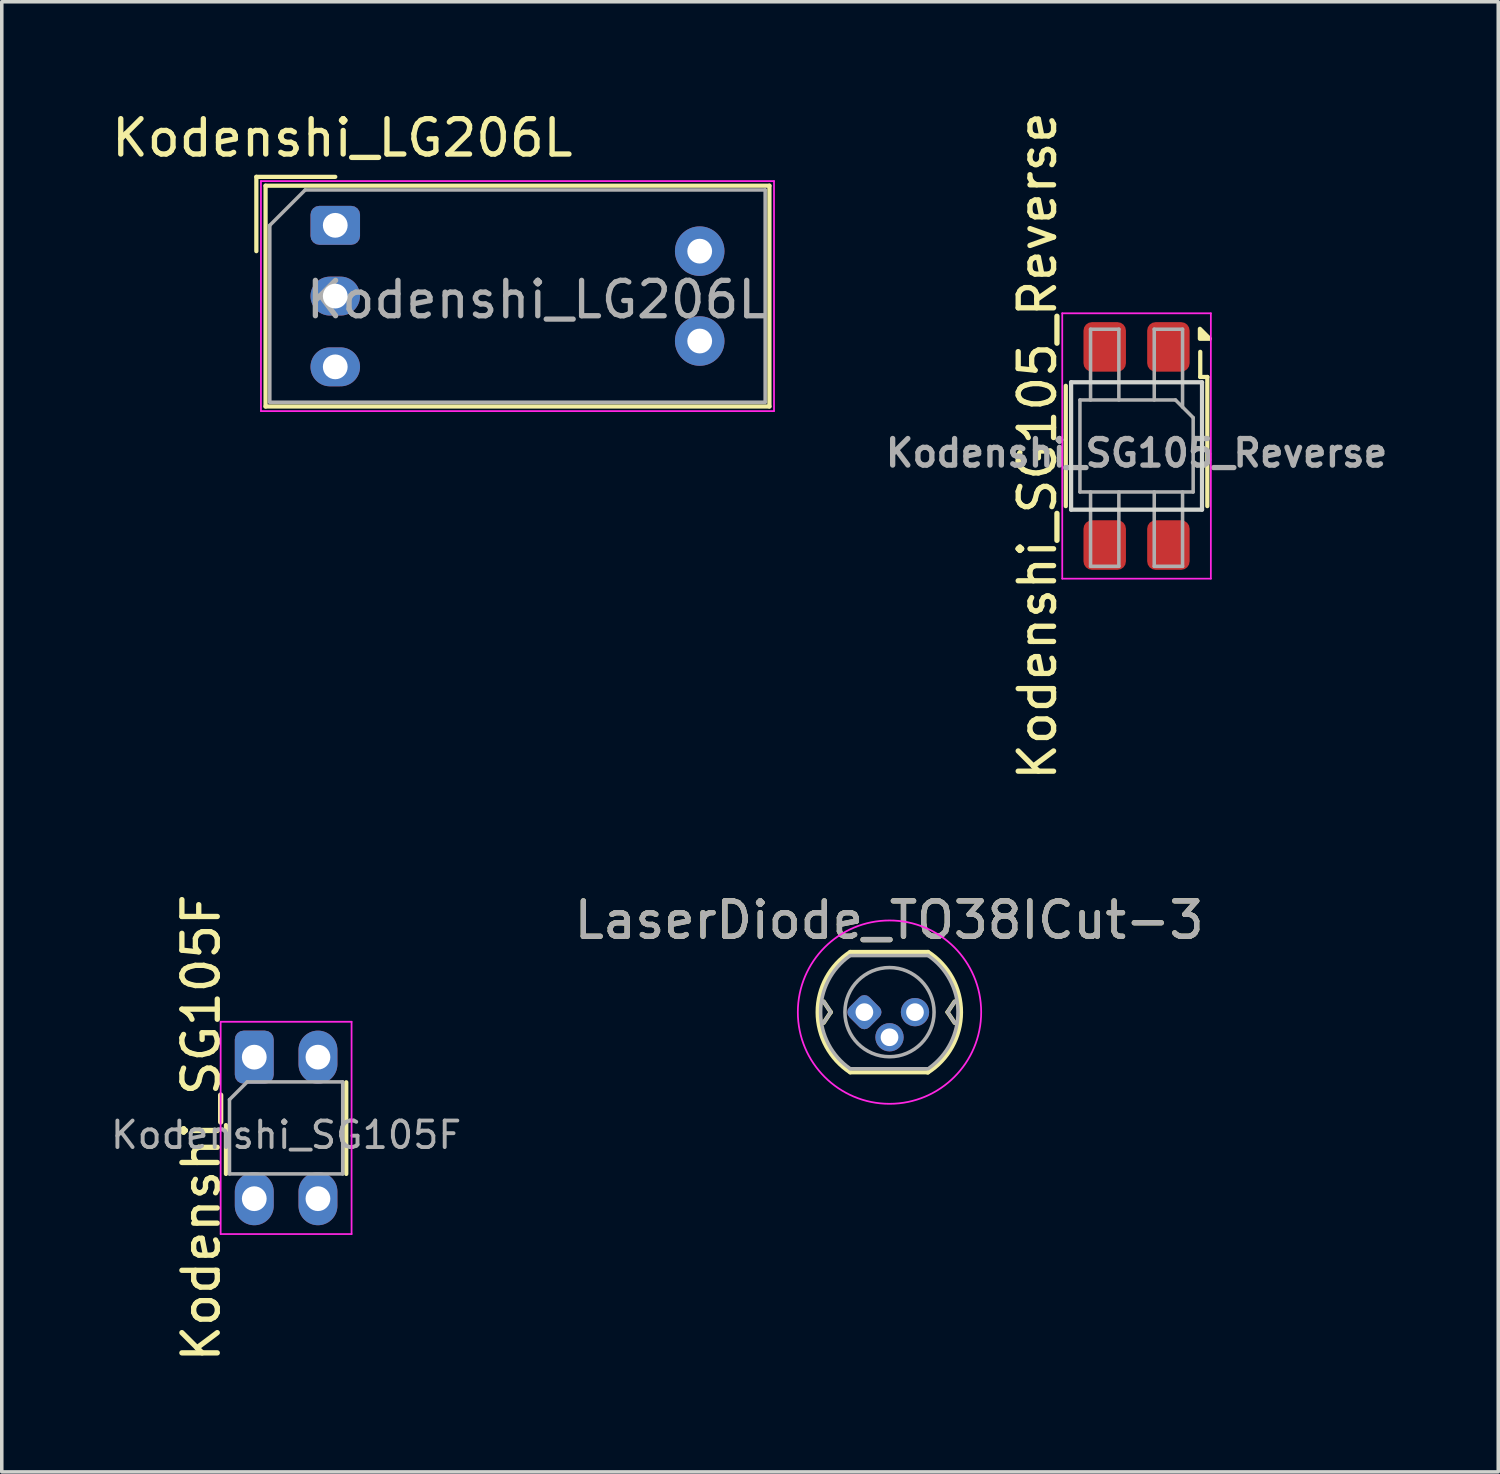
<source format=kicad_pcb>
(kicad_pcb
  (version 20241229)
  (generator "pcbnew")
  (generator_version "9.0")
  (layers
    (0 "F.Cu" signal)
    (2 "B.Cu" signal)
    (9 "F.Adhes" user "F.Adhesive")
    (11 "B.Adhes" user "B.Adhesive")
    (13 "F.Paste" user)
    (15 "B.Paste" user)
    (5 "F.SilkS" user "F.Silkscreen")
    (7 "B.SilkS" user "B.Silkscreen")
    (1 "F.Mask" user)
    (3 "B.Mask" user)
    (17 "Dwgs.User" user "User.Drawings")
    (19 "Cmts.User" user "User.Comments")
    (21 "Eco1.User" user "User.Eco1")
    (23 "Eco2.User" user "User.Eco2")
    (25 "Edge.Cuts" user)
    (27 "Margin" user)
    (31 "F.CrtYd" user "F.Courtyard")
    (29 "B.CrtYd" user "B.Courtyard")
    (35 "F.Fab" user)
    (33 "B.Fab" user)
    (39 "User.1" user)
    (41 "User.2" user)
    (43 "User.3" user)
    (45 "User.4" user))
  (footprint "Kodenshi_SG105F"
    (layer "F.Cu")
    (at 4.136 26.827)
    (property "Reference" "Kodenshi_SG105F" (at -1.5 2 90) (layer "F.SilkS") (effects (font (size 1 1) (thickness 0.15))))
    (attr through_hole)
    (fp_line (start -0.8 1.92) (end -0.8 3.3) (stroke (width 0.12) (type solid)) (layer "F.SilkS"))
    (fp_line (start 2.6 3.3) (end 2.6 0.71) (stroke (width 0.12) (type solid)) (layer "F.SilkS"))
    (fp_line (start -0.95 -1) (end -0.95 5) (stroke (width 0.05) (type solid)) (layer "F.CrtYd"))
    (fp_line (start -0.95 -1) (end 2.75 -1) (stroke (width 0.05) (type solid)) (layer "F.CrtYd"))
    (fp_line (start 2.75 5) (end -0.95 5) (stroke (width 0.05) (type solid)) (layer "F.CrtYd"))
    (fp_line (start 2.75 5) (end 2.75 -1) (stroke (width 0.05) (type solid)) (layer "F.CrtYd"))
    (fp_line (start -0.7 1.2) (end -0.2 0.7) (stroke (width 0.1) (type solid)) (layer "F.Fab"))
    (fp_line (start -0.7 3.3) (end -0.7 1.2) (stroke (width 0.1) (type solid)) (layer "F.Fab"))
    (fp_line (start -0.2 0.7) (end 2.5 0.7) (stroke (width 0.1) (type solid)) (layer "F.Fab"))
    (fp_line (start 2.5 0.7) (end 2.5 3.3) (stroke (width 0.1) (type solid)) (layer "F.Fab"))
    (fp_line (start 2.5 3.3) (end -0.7 3.3) (stroke (width 0.1) (type solid)) (layer "F.Fab"))
    (fp_text user "${REFERENCE}" (at 0.9 2.2 0) (layer "F.Fab") (effects (font (size 0.75 0.75) (thickness 0.11))))
    (pad "1" thru_hole roundrect (at 0 0) (size 1.1 1.5) (drill 0.7) (layers "*.Cu" "*.Mask") (roundrect_rratio 0.227))
    (pad "2" thru_hole oval (at 0 4) (size 1.1 1.5) (drill 0.7) (layers "*.Cu" "*.Mask"))
    (pad "3" thru_hole oval (at 1.8 4) (size 1.1 1.5) (drill 0.7) (layers "*.Cu" "*.Mask"))
    (pad "4" thru_hole oval (at 1.8 0) (size 1.1 1.5) (drill 0.7) (layers "*.Cu" "*.Mask")))
  (footprint "Kodenshi_SG105_Reverse"
    (layer "F.Cu")
    (at 29.071 9.554)
    (property "Reference" "Kodenshi_SG105_Reverse" (at -2.8 0 90) (layer "F.SilkS") (effects (font (size 1 1) (thickness 0.15))))
    (attr smd)
    (fp_line (start -2 1.7) (end -2 -1.7) (stroke (width 0.12) (type solid)) (layer "F.SilkS"))
    (fp_line (start 1.8 -1.95) (end 1.8 -2.66) (stroke (width 0.12) (type solid)) (layer "F.SilkS"))
    (fp_line (start 1.8 -1.95) (end 2 -1.95) (stroke (width 0.12) (type solid)) (layer "F.SilkS"))
    (fp_line (start 2 1.7) (end 2 -1.95) (stroke (width 0.12) (type solid)) (layer "F.SilkS"))
    (fp_poly (pts (xy 1.79 -3.03) (xy 1.79 -3.31) (xy 2.07 -3.03) (xy 1.79 -3.03)) (stroke (width 0.12) (type solid)) (fill yes) (layer "F.SilkS"))
    (fp_line (start -1.85 -1.8) (end 1.85 -1.8) (stroke (width 0.12) (type solid)) (layer "Edge.Cuts"))
    (fp_line (start -1.85 1.8) (end -1.85 -1.8) (stroke (width 0.12) (type solid)) (layer "Edge.Cuts"))
    (fp_line (start 1.85 -1.8) (end 1.85 1.8) (stroke (width 0.12) (type solid)) (layer "Edge.Cuts"))
    (fp_line (start 1.85 1.8) (end -1.85 1.8) (stroke (width 0.12) (type solid)) (layer "Edge.Cuts"))
    (fp_line (start -2.1 -3.75) (end -2.1 3.75) (stroke (width 0.05) (type solid)) (layer "F.CrtYd"))
    (fp_line (start -2.1 -3.75) (end 2.1 -3.75) (stroke (width 0.05) (type solid)) (layer "F.CrtYd"))
    (fp_line (start 2.1 3.75) (end -2.1 3.75) (stroke (width 0.05) (type solid)) (layer "F.CrtYd"))
    (fp_line (start 2.1 3.75) (end 2.1 -3.75) (stroke (width 0.05) (type solid)) (layer "F.CrtYd"))
    (fp_line (start -1.6 -1.3) (end -1.6 1.3) (stroke (width 0.1) (type solid)) (layer "F.Fab"))
    (fp_line (start -1.6 1.3) (end 1.6 1.3) (stroke (width 0.1) (type solid)) (layer "F.Fab"))
    (fp_line (start -1.3 -3.3) (end -1.3 -1.3) (stroke (width 0.1) (type solid)) (layer "F.Fab"))
    (fp_line (start -1.3 -3.3) (end -0.5 -3.3) (stroke (width 0.1) (type solid)) (layer "F.Fab"))
    (fp_line (start -1.3 3.4) (end -1.3 1.3) (stroke (width 0.1) (type solid)) (layer "F.Fab"))
    (fp_line (start -0.5 -3.3) (end -0.5 -1.3) (stroke (width 0.1) (type solid)) (layer "F.Fab"))
    (fp_line (start -0.5 1.3) (end -0.5 3.4) (stroke (width 0.1) (type solid)) (layer "F.Fab"))
    (fp_line (start -0.5 3.4) (end -1.3 3.4) (stroke (width 0.1) (type solid)) (layer "F.Fab"))
    (fp_line (start 0.5 -3.3) (end 1.3 -3.3) (stroke (width 0.1) (type solid)) (layer "F.Fab"))
    (fp_line (start 0.5 -1.3) (end 0.5 -3.3) (stroke (width 0.1) (type solid)) (layer "F.Fab"))
    (fp_line (start 0.5 1.3) (end 0.5 3.4) (stroke (width 0.1) (type solid)) (layer "F.Fab"))
    (fp_line (start 0.5 3.4) (end 1.3 3.4) (stroke (width 0.1) (type solid)) (layer "F.Fab"))
    (fp_line (start 1.1 -1.3) (end -1.6 -1.3) (stroke (width 0.1) (type solid)) (layer "F.Fab"))
    (fp_line (start 1.3 -3.3) (end 1.3 -1.1) (stroke (width 0.1) (type solid)) (layer "F.Fab"))
    (fp_line (start 1.3 3.4) (end 1.3 1.3) (stroke (width 0.1) (type solid)) (layer "F.Fab"))
    (fp_line (start 1.6 -0.8) (end 1.1 -1.3) (stroke (width 0.1) (type solid)) (layer "F.Fab"))
    (fp_line (start 1.6 1.3) (end 1.6 -0.8) (stroke (width 0.1) (type solid)) (layer "F.Fab"))
    (fp_text user "${REFERENCE}" (at 0 0.2 0) (layer "F.Fab") (effects (font (size 0.75 0.75) (thickness 0.15))))
    (pad "1" smd roundrect (at 0.9 -2.8) (size 1.2 1.4) (layers "F.Cu" "F.Mask" "F.Paste") (roundrect_rratio 0.2))
    (pad "2" smd roundrect (at 0.9 2.8) (size 1.2 1.4) (layers "F.Cu" "F.Mask" "F.Paste") (roundrect_rratio 0.2))
    (pad "3" smd roundrect (at -0.9 2.8) (size 1.2 1.4) (layers "F.Cu" "F.Mask" "F.Paste") (roundrect_rratio 0.2))
    (pad "4" smd roundrect (at -0.9 -2.8) (size 1.2 1.4) (layers "F.Cu" "F.Mask" "F.Paste") (roundrect_rratio 0.2)))
  (footprint "LaserDiode_TO38ICut-3"
    (layer "F.Cu")
    (at 21.379 25.555)
    (property "Reference" "LaserDiode_TO38ICut-3" (at 0.7 -2.6 0) (layer "F.SilkS") (effects (font (size 1 1) (thickness 0.15))))
    (attr through_hole)
    (fp_line (start -1.15 -0.3) (end -0.95 0) (stroke (width 0.12) (type solid)) (layer "F.SilkS"))
    (fp_line (start -0.95 0) (end -1.15 0.3) (stroke (width 0.12) (type solid)) (layer "F.SilkS"))
    (fp_line (start -0.4 1.7) (end 1.8 1.7) (stroke (width 0.12) (type solid)) (layer "F.SilkS"))
    (fp_line (start 1.8 -1.7) (end -0.4 -1.7) (stroke (width 0.12) (type solid)) (layer "F.SilkS"))
    (fp_line (start 2.35 0) (end 2.55 0.3) (stroke (width 0.12) (type solid)) (layer "F.SilkS"))
    (fp_line (start 2.55 -0.3) (end 2.35 0) (stroke (width 0.12) (type solid)) (layer "F.SilkS"))
    (fp_arc (start -0.4 1.7) (mid -1.320296 0) (end -0.4 -1.7) (stroke (width 0.12) (type solid)) (layer "F.SilkS"))
    (fp_arc (start 1.8 -1.7) (mid 2.729422 0.005888) (end 1.790069 1.706327) (stroke (width 0.12) (type solid)) (layer "F.SilkS"))
    (fp_circle (center 0.71 0) (end 3.1 1) (stroke (width 0.05) (type solid)) (fill no) (layer "F.CrtYd"))
    (fp_line (start -1.15 -0.3) (end -0.95 0) (stroke (width 0.1) (type solid)) (layer "F.Fab"))
    (fp_line (start -0.95 0) (end -1.15 0.3) (stroke (width 0.1) (type solid)) (layer "F.Fab"))
    (fp_line (start -0.4 1.6) (end 1.8 1.6) (stroke (width 0.1) (type solid)) (layer "F.Fab"))
    (fp_line (start 1.8 -1.6) (end -0.4 -1.6) (stroke (width 0.1) (type solid)) (layer "F.Fab"))
    (fp_line (start 2.35 0) (end 2.55 0.3) (stroke (width 0.1) (type solid)) (layer "F.Fab"))
    (fp_line (start 2.55 -0.3) (end 2.35 0) (stroke (width 0.1) (type solid)) (layer "F.Fab"))
    (fp_arc (start -0.4 1.6) (mid -1.237313 0.008464) (end -0.413866 -1.590291) (stroke (width 0.1) (type solid)) (layer "F.Fab"))
    (fp_arc (start 1.8 -1.6) (mid 2.645842 -0.024847) (end 1.840706 1.571497) (stroke (width 0.1) (type solid)) (layer "F.Fab"))
    (fp_circle (center 0.71 0) (end 1.97 0) (stroke (width 0.1) (type solid)) (fill no) (layer "F.Fab"))
    (fp_text user "${REFERENCE}" (at 0.7 -2.6 0) (layer "F.Fab") (effects (font (size 1 1) (thickness 0.15))))
    (pad "1" thru_hole roundrect (at 0 0 45) (size 0.8 0.8) (drill 0.5) (layers "*.Cu" "*.Mask") (roundrect_rratio 0.25))
    (pad "2" thru_hole circle (at 0.71 0.71) (size 0.8 0.8) (drill 0.5) (layers "*.Cu" "*.Mask"))
    (pad "3" thru_hole circle (at 1.43 0) (size 0.8 0.8) (drill 0.5) (layers "*.Cu" "*.Mask")))
  (footprint "Kodenshi_LG206L"
    (layer "F.Cu")
    (at 6.425 3.318)
    (property "Reference" "Kodenshi_LG206L" (at 0.2 -2.47 0) (layer "F.SilkS") (effects (font (size 1 1) (thickness 0.15))))
    (attr through_hole)
    (fp_line (start -2.23 -1.37) (end 0 -1.37) (stroke (width 0.12) (type solid)) (layer "F.SilkS"))
    (fp_line (start -2.23 0.73) (end -2.23 -1.37) (stroke (width 0.12) (type solid)) (layer "F.SilkS"))
    (fp_line (start -1.97 -1.12) (end 12.27 -1.12) (stroke (width 0.12) (type solid)) (layer "F.SilkS"))
    (fp_line (start -1.97 5.12) (end -1.97 -1.12) (stroke (width 0.12) (type solid)) (layer "F.SilkS"))
    (fp_line (start 12.27 -1.12) (end 12.27 5.12) (stroke (width 0.12) (type solid)) (layer "F.SilkS"))
    (fp_line (start 12.27 5.12) (end -1.97 5.12) (stroke (width 0.12) (type solid)) (layer "F.SilkS"))
    (fp_line (start -2.1 -1.25) (end 12.4 -1.25) (stroke (width 0.05) (type solid)) (layer "F.CrtYd"))
    (fp_line (start -2.1 5.25) (end -2.1 -1.25) (stroke (width 0.05) (type solid)) (layer "F.CrtYd"))
    (fp_line (start 12.4 -1.25) (end 12.4 5.25) (stroke (width 0.05) (type solid)) (layer "F.CrtYd"))
    (fp_line (start 12.4 5.25) (end -2.1 5.25) (stroke (width 0.05) (type solid)) (layer "F.CrtYd"))
    (fp_line (start -1.85 0) (end -0.85 -1) (stroke (width 0.1) (type solid)) (layer "F.Fab"))
    (fp_line (start -1.85 5) (end -1.85 0) (stroke (width 0.1) (type solid)) (layer "F.Fab"))
    (fp_line (start -1.85 5) (end 12.15 5) (stroke (width 0.1) (type solid)) (layer "F.Fab"))
    (fp_line (start -0.85 -1) (end 12.15 -1) (stroke (width 0.1) (type solid)) (layer "F.Fab"))
    (fp_line (start 12.15 -1) (end 12.15 5) (stroke (width 0.1) (type solid)) (layer "F.Fab"))
    (fp_text user "${REFERENCE}" (at 5.7 2.1 0) (layer "F.Fab") (effects (font (size 1 1) (thickness 0.15))))
    (pad "1" thru_hole roundrect (at 0 0) (size 1.4 1.1) (drill 0.7) (layers "*.Cu" "*.Mask") (roundrect_rratio 0.227))
    (pad "2" thru_hole oval (at 0 2) (size 1.4 1.1) (drill 0.7) (layers "*.Cu" "*.Mask"))
    (pad "3" thru_hole oval (at 0 4) (size 1.4 1.1) (drill 0.7) (layers "*.Cu" "*.Mask"))
    (pad "4" thru_hole circle (at 10.3 3.27) (size 1.4 1.4) (drill 0.7) (layers "*.Cu" "*.Mask"))
    (pad "5" thru_hole circle (at 10.3 0.73) (size 1.4 1.4) (drill 0.7) (layers "*.Cu" "*.Mask")))
  (gr_rect
    (start -3 -3)
    (end 39.293 38.548)
    (stroke (width 0.1) (type default))
    (fill no)
    (layer "Edge.Cuts")))
</source>
